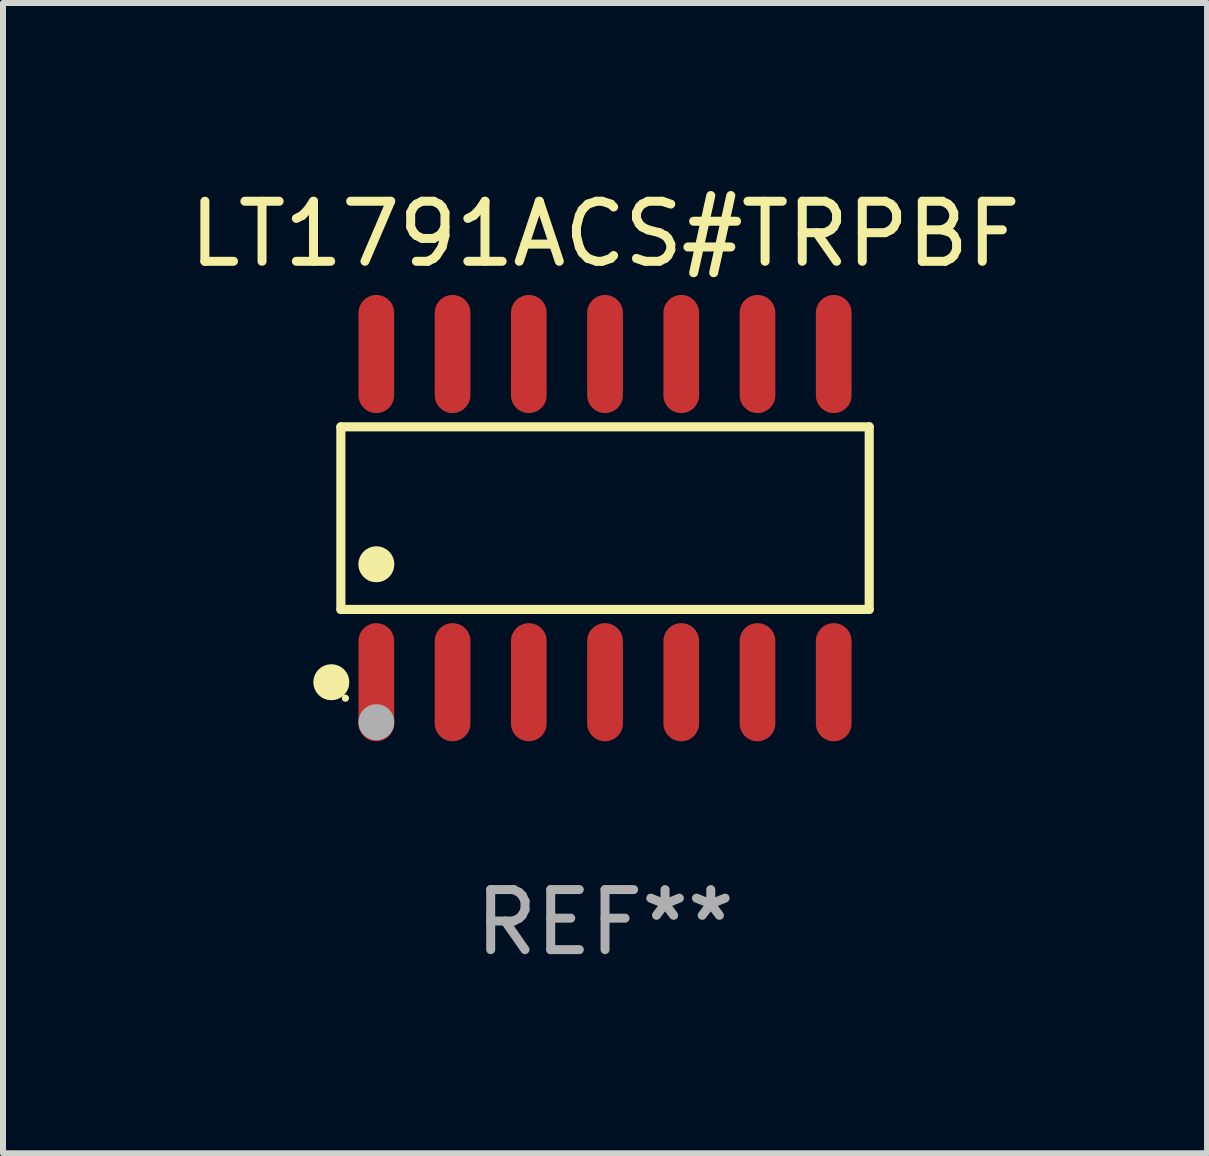
<source format=kicad_pcb>
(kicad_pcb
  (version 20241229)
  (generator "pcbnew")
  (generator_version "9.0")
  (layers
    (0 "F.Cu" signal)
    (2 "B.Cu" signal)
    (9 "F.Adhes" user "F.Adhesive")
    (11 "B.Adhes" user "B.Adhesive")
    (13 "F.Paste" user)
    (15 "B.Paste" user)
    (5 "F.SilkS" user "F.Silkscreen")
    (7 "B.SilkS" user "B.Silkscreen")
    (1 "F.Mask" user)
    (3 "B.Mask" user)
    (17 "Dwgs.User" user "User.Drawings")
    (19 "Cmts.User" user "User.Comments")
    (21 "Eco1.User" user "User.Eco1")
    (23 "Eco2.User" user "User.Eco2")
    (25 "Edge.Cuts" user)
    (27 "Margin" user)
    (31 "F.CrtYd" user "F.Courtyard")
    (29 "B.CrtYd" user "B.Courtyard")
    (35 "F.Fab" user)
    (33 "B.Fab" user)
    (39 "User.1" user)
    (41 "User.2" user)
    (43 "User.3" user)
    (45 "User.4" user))
  (footprint "LT1791ACS#TRPBF"
    (layer "F.Cu")
    (at 7.03 5.582)
    (property "Reference" "LT1791ACS#TRPBF" (at 0 -4.734 0) (layer "F.SilkS") (effects (font (size 1 1) (thickness 0.15))))
    (attr through_hole)
    (fp_line (start -4.401 -1.521) (end 4.401 -1.521) (stroke (width 0.152) (type solid)) (layer "F.SilkS"))
    (fp_line (start -4.401 1.521) (end -4.401 -1.521) (stroke (width 0.152) (type solid)) (layer "F.SilkS"))
    (fp_line (start 4.401 -1.521) (end 4.401 1.521) (stroke (width 0.152) (type solid)) (layer "F.SilkS"))
    (fp_line (start 4.401 1.521) (end -4.401 1.521) (stroke (width 0.152) (type solid)) (layer "F.SilkS"))
    (fp_circle (center -4.56 2.734) (end -4.41 2.734) (stroke (width 0.3) (type solid)) (fill no) (layer "F.SilkS"))
    (fp_circle (center -4.325 3) (end -4.295 3) (stroke (width 0.06) (type solid)) (fill no) (layer "F.SilkS"))
    (fp_circle (center -3.81 0.769) (end -3.66 0.769) (stroke (width 0.3) (type solid)) (fill no) (layer "F.SilkS"))
    (fp_circle (center -3.81 3.4) (end -3.66 3.4) (stroke (width 0.3) (type solid)) (fill no) (layer "F.Fab"))
    (fp_text user "REF**" (at 0 6.734 0) (layer "F.Fab") (effects (font (size 1 1) (thickness 0.15))))
    (pad "1" smd oval (at -3.81 2.734) (size 0.595 1.968) (layers "F.Cu" "F.Mask" "F.Paste"))
    (pad "2" smd oval (at -2.54 2.734) (size 0.595 1.968) (layers "F.Cu" "F.Mask" "F.Paste"))
    (pad "3" smd oval (at -1.27 2.734) (size 0.595 1.968) (layers "F.Cu" "F.Mask" "F.Paste"))
    (pad "4" smd oval (at 0 2.734) (size 0.595 1.968) (layers "F.Cu" "F.Mask" "F.Paste"))
    (pad "5" smd oval (at 1.27 2.734) (size 0.595 1.968) (layers "F.Cu" "F.Mask" "F.Paste"))
    (pad "6" smd oval (at 2.54 2.734) (size 0.595 1.968) (layers "F.Cu" "F.Mask" "F.Paste"))
    (pad "7" smd oval (at 3.81 2.734) (size 0.595 1.968) (layers "F.Cu" "F.Mask" "F.Paste"))
    (pad "8" smd oval (at 3.81 -2.734) (size 0.595 1.968) (layers "F.Cu" "F.Mask" "F.Paste"))
    (pad "9" smd oval (at 2.54 -2.734) (size 0.595 1.968) (layers "F.Cu" "F.Mask" "F.Paste"))
    (pad "10" smd oval (at 1.27 -2.734) (size 0.595 1.968) (layers "F.Cu" "F.Mask" "F.Paste"))
    (pad "11" smd oval (at 0 -2.734) (size 0.595 1.968) (layers "F.Cu" "F.Mask" "F.Paste"))
    (pad "12" smd oval (at -1.27 -2.734) (size 0.595 1.968) (layers "F.Cu" "F.Mask" "F.Paste"))
    (pad "13" smd oval (at -2.54 -2.734) (size 0.595 1.968) (layers "F.Cu" "F.Mask" "F.Paste"))
    (pad "14" smd oval (at -3.81 -2.734) (size 0.595 1.968) (layers "F.Cu" "F.Mask" "F.Paste")))
  (gr_rect
    (start -3 -3)
    (end 17.06 16.164)
    (stroke (width 0.1) (type default))
    (fill no)
    (layer "Edge.Cuts")))
</source>
